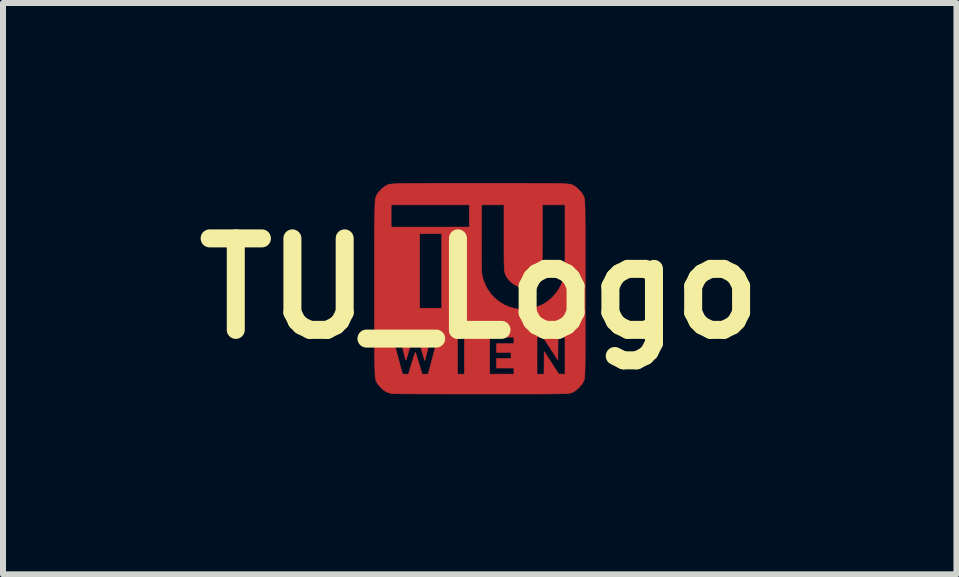
<source format=kicad_pcb>
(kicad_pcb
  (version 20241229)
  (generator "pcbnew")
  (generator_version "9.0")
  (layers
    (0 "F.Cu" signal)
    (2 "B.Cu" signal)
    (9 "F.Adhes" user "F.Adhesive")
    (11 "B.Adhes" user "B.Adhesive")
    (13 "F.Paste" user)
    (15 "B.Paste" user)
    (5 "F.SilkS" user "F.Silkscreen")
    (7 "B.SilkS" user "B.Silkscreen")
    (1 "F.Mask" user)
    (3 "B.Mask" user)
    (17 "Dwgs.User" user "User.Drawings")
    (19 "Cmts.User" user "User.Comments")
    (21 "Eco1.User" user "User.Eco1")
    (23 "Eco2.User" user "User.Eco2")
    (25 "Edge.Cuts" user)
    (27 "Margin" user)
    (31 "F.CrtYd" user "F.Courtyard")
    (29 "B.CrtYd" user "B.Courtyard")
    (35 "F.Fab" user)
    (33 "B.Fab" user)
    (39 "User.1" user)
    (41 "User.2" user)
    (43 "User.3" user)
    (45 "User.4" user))
  (footprint "TU_Logo"
    (layer "F.Cu")
    (at 4.942 1.756)
    (property "Reference" "TU_Logo" (at 0 0 0) (layer "F.SilkS") (effects (font (size 1.524 1.524) (thickness 0.3))))
    (attr through_hole)
    (fp_poly (pts (xy 0.601 -1.751) (xy 0.72 -1.751) (xy 0.828 -1.75) (xy 0.926 -1.75) (xy 1.014 -1.75) (xy 1.093 -1.75) (xy 1.163 -1.749) (xy 1.225 -1.749) (xy 1.28 -1.748) (xy 1.327 -1.747) (xy 1.368 -1.746) (xy 1.403 -1.745) (xy 1.433 -1.743) (xy 1.458 -1.742) (xy 1.479 -1.74) (xy 1.496 -1.738) (xy 1.51 -1.735) (xy 1.522 -1.732) (xy 1.532 -1.729) (xy 1.54 -1.726) (xy 1.547 -1.723) (xy 1.555 -1.719) (xy 1.562 -1.714) (xy 1.57 -1.71) (xy 1.573 -1.708) (xy 1.605 -1.687) (xy 1.638 -1.659) (xy 1.671 -1.625) (xy 1.699 -1.591) (xy 1.718 -1.561) (xy 1.723 -1.553) (xy 1.727 -1.545) (xy 1.73 -1.538) (xy 1.734 -1.531) (xy 1.737 -1.523) (xy 1.74 -1.513) (xy 1.742 -1.502) (xy 1.745 -1.488) (xy 1.747 -1.472) (xy 1.749 -1.451) (xy 1.75 -1.427) (xy 1.752 -1.398) (xy 1.753 -1.364) (xy 1.754 -1.324) (xy 1.755 -1.277) (xy 1.755 -1.224) (xy 1.756 -1.163) (xy 1.756 -1.094) (xy 1.757 -1.017) (xy 1.757 -0.93) (xy 1.757 -0.834) (xy 1.757 -0.727) (xy 1.757 -0.61) (xy 1.757 -0.481) (xy 1.757 -0.34) (xy 1.757 -0.186) (xy 1.757 -0.02) (xy 1.757 0.003) (xy 1.757 0.172) (xy 1.757 0.327) (xy 1.757 0.47) (xy 1.757 0.601) (xy 1.757 0.72) (xy 1.757 0.828) (xy 1.757 0.926) (xy 1.757 1.014) (xy 1.757 1.093) (xy 1.756 1.163) (xy 1.756 1.225) (xy 1.755 1.28) (xy 1.754 1.327) (xy 1.753 1.368) (xy 1.752 1.403) (xy 1.75 1.433) (xy 1.748 1.458) (xy 1.747 1.479) (xy 1.744 1.496) (xy 1.742 1.51) (xy 1.739 1.522) (xy 1.736 1.532) (xy 1.733 1.54) (xy 1.729 1.547) (xy 1.725 1.555) (xy 1.721 1.562) (xy 1.716 1.57) (xy 1.715 1.573) (xy 1.694 1.605) (xy 1.665 1.638) (xy 1.632 1.671) (xy 1.598 1.699) (xy 1.568 1.718) (xy 1.56 1.723) (xy 1.552 1.727) (xy 1.545 1.73) (xy 1.538 1.734) (xy 1.53 1.737) (xy 1.52 1.74) (xy 1.509 1.742) (xy 1.495 1.745) (xy 1.479 1.747) (xy 1.459 1.749) (xy 1.434 1.75) (xy 1.405 1.752) (xy 1.371 1.753) (xy 1.331 1.754) (xy 1.285 1.755) (xy 1.232 1.755) (xy 1.171 1.756) (xy 1.102 1.756) (xy 1.025 1.757) (xy 0.939 1.757) (xy 0.843 1.757) (xy 0.736 1.757) (xy 0.619 1.757) (xy 0.49 1.757) (xy 0.35 1.757) (xy 0.197 1.757) (xy 0.031 1.757) (xy -0.001 1.757) (xy -0.168 1.757) (xy -0.321 1.757) (xy -0.462 1.757) (xy -0.591 1.757) (xy -0.709 1.756) (xy -0.815 1.756) (xy -0.911 1.756) (xy -0.997 1.756) (xy -1.074 1.756) (xy -1.143 1.755) (xy -1.203 1.755) (xy -1.255 1.755) (xy -1.301 1.754) (xy -1.34 1.754) (xy -1.373 1.753) (xy -1.401 1.752) (xy -1.423 1.752) (xy -1.442 1.751) (xy -1.457 1.75) (xy -1.469 1.749) (xy -1.478 1.748) (xy -1.485 1.746) (xy -1.491 1.745) (xy -1.493 1.745) (xy -1.523 1.734) (xy -1.555 1.721) (xy -1.57 1.713) (xy -1.6 1.693) (xy -1.632 1.665) (xy -1.664 1.632) (xy -1.692 1.599) (xy -1.711 1.569) (xy -1.711 1.568) (xy -1.716 1.56) (xy -1.72 1.552) (xy -1.724 1.545) (xy -1.727 1.538) (xy -1.73 1.53) (xy -1.733 1.52) (xy -1.736 1.509) (xy -1.738 1.495) (xy -1.74 1.479) (xy -1.742 1.458) (xy -1.743 1.434) (xy -1.745 1.405) (xy -1.746 1.371) (xy -1.747 1.331) (xy -1.748 1.284) (xy -1.749 1.231) (xy -1.749 1.17) (xy -1.75 1.101) (xy -1.75 1.024) (xy -1.75 0.937) (xy -1.75 0.841) (xy -1.75 0.818) (xy -1.448 0.818) (xy -1.447 0.822) (xy -1.445 0.832) (xy -1.44 0.852) (xy -1.432 0.884) (xy -1.421 0.924) (xy -1.408 0.972) (xy -1.394 1.027) (xy -1.378 1.086) (xy -1.366 1.131) (xy -1.287 1.428) (xy -1.188 1.428) (xy -1.168 1.364) (xy -1.16 1.336) (xy -1.148 1.299) (xy -1.135 1.255) (xy -1.121 1.21) (xy -1.112 1.179) (xy -1.1 1.141) (xy -1.089 1.109) (xy -1.08 1.085) (xy -1.074 1.069) (xy -1.07 1.066) (xy -1.07 1.066) (xy -1.067 1.074) (xy -1.061 1.094) (xy -1.051 1.124) (xy -1.04 1.161) (xy -1.026 1.204) (xy -1.012 1.251) (xy -0.959 1.428) (xy -0.908 1.428) (xy -0.884 1.428) (xy -0.866 1.427) (xy -0.858 1.426) (xy -0.858 1.425) (xy -0.856 1.419) (xy -0.852 1.4) (xy -0.844 1.371) (xy -0.834 1.334) (xy -0.822 1.291) (xy -0.809 1.242) (xy -0.795 1.189) (xy -0.781 1.135) (xy -0.766 1.08) (xy -0.752 1.026) (xy -0.738 0.976) (xy -0.726 0.93) (xy -0.715 0.89) (xy -0.706 0.858) (xy -0.7 0.835) (xy -0.697 0.823) (xy -0.696 0.822) (xy -0.696 0.817) (xy -0.7 0.813) (xy -0.711 0.811) (xy -0.731 0.81) (xy -0.754 0.81) (xy -0.371 0.81) (xy -0.371 1.428) (xy -0.254 1.428) (xy -0.254 0.81) (xy 0.165 0.81) (xy 0.165 1.428) (xy 0.57 1.428) (xy 0.57 1.325) (xy 0.281 1.325) (xy 0.281 1.167) (xy 0.522 1.167) (xy 0.522 1.064) (xy 0.281 1.064) (xy 0.281 0.92) (xy 0.57 0.92) (xy 0.57 0.81) (xy 0.954 0.81) (xy 0.954 1.428) (xy 1.071 1.428) (xy 1.073 1.24) (xy 1.074 1.052) (xy 1.315 1.424) (xy 1.368 1.426) (xy 1.421 1.428) (xy 1.421 0.81) (xy 1.305 0.81) (xy 1.303 1) (xy 1.301 1.189) (xy 1.178 1) (xy 1.056 0.81) (xy 0.954 0.81) (xy 0.57 0.81) (xy 0.165 0.81) (xy -0.254 0.81) (xy -0.371 0.81) (xy -0.754 0.81) (xy -0.816 0.81) (xy -0.823 0.836) (xy -0.827 0.85) (xy -0.833 0.874) (xy -0.842 0.908) (xy -0.852 0.949) (xy -0.863 0.994) (xy -0.871 1.029) (xy -0.883 1.075) (xy -0.893 1.116) (xy -0.902 1.151) (xy -0.909 1.177) (xy -0.913 1.194) (xy -0.915 1.199) (xy -0.917 1.193) (xy -0.923 1.176) (xy -0.931 1.149) (xy -0.941 1.115) (xy -0.953 1.075) (xy -0.96 1.052) (xy -0.973 1.005) (xy -0.986 0.96) (xy -0.998 0.92) (xy -1.008 0.886) (xy -1.015 0.862) (xy -1.016 0.856) (xy -1.03 0.81) (xy -1.117 0.81) (xy -1.17 0.997) (xy -1.184 1.046) (xy -1.197 1.09) (xy -1.209 1.129) (xy -1.218 1.16) (xy -1.225 1.182) (xy -1.228 1.192) (xy -1.228 1.193) (xy -1.231 1.189) (xy -1.236 1.173) (xy -1.244 1.147) (xy -1.254 1.112) (xy -1.264 1.07) (xy -1.276 1.022) (xy -1.28 1.006) (xy -1.328 0.81) (xy -1.388 0.81) (xy -1.418 0.81) (xy -1.435 0.811) (xy -1.445 0.814) (xy -1.448 0.818) (xy -1.75 0.818) (xy -1.75 0.734) (xy -1.751 0.617) (xy -1.751 0.488) (xy -1.751 0.347) (xy -1.751 0.193) (xy -1.751 0.027) (xy -1.751 0.003) (xy -1.751 -0.165) (xy -1.751 -0.32) (xy -1.751 -0.463) (xy -1.751 -0.594) (xy -1.751 -0.713) (xy -1.75 -0.821) (xy -1.75 -0.913) (xy -1.002 -0.913) (xy -1.002 0.33) (xy -0.632 0.33) (xy -0.632 -0.913) (xy -1.002 -0.913) (xy -1.75 -0.913) (xy -1.75 -0.919) (xy -1.75 -1.007) (xy -1.75 -1.086) (xy -1.749 -1.156) (xy -1.749 -1.218) (xy -1.748 -1.273) (xy -1.747 -1.32) (xy -1.746 -1.361) (xy -1.745 -1.394) (xy -1.476 -1.394) (xy -1.476 -1.023) (xy -0.172 -1.023) (xy -0.172 -1.394) (xy 0.027 -1.394) (xy 0.027 -0.848) (xy 0.028 -0.733) (xy 0.028 -0.629) (xy 0.028 -0.537) (xy 0.029 -0.457) (xy 0.03 -0.389) (xy 0.031 -0.334) (xy 0.032 -0.292) (xy 0.034 -0.263) (xy 0.035 -0.25) (xy 0.054 -0.158) (xy 0.087 -0.07) (xy 0.13 0.013) (xy 0.184 0.09) (xy 0.248 0.158) (xy 0.32 0.218) (xy 0.4 0.268) (xy 0.474 0.302) (xy 0.514 0.315) (xy 0.556 0.327) (xy 0.597 0.337) (xy 0.631 0.342) (xy 0.644 0.343) (xy 0.666 0.343) (xy 0.783 0.343) (xy 0.8 0.343) (xy 0.815 0.342) (xy 0.839 0.338) (xy 0.866 0.333) (xy 0.87 0.332) (xy 0.96 0.307) (xy 1.045 0.269) (xy 1.124 0.221) (xy 1.196 0.162) (xy 1.259 0.095) (xy 1.314 0.019) (xy 1.358 -0.063) (xy 1.392 -0.152) (xy 1.407 -0.213) (xy 1.41 -0.226) (xy 1.412 -0.238) (xy 1.414 -0.252) (xy 1.415 -0.268) (xy 1.417 -0.287) (xy 1.418 -0.31) (xy 1.419 -0.338) (xy 1.419 -0.372) (xy 1.42 -0.413) (xy 1.42 -0.463) (xy 1.421 -0.521) (xy 1.421 -0.589) (xy 1.421 -0.668) (xy 1.421 -0.759) (xy 1.421 -0.837) (xy 1.421 -1.394) (xy 1.044 -1.394) (xy 1.042 -0.836) (xy 1.04 -0.278) (xy 1.024 -0.239) (xy 0.998 -0.188) (xy 0.963 -0.14) (xy 0.921 -0.099) (xy 0.876 -0.066) (xy 0.829 -0.044) (xy 0.823 -0.043) (xy 0.783 -0.031) (xy 0.783 0.156) (xy 0.783 0.343) (xy 0.666 0.343) (xy 0.666 0.154) (xy 0.666 0.099) (xy 0.666 0.055) (xy 0.665 0.022) (xy 0.664 -0.001) (xy 0.663 -0.017) (xy 0.661 -0.027) (xy 0.659 -0.032) (xy 0.656 -0.034) (xy 0.653 -0.034) (xy 0.641 -0.037) (xy 0.621 -0.045) (xy 0.596 -0.056) (xy 0.591 -0.059) (xy 0.537 -0.093) (xy 0.491 -0.136) (xy 0.455 -0.185) (xy 0.449 -0.196) (xy 0.441 -0.21) (xy 0.434 -0.223) (xy 0.428 -0.236) (xy 0.423 -0.249) (xy 0.419 -0.264) (xy 0.415 -0.281) (xy 0.413 -0.301) (xy 0.41 -0.326) (xy 0.409 -0.356) (xy 0.407 -0.393) (xy 0.406 -0.437) (xy 0.406 -0.489) (xy 0.405 -0.551) (xy 0.405 -0.623) (xy 0.405 -0.706) (xy 0.405 -0.801) (xy 0.405 -0.852) (xy 0.405 -1.394) (xy 0.027 -1.394) (xy -0.172 -1.394) (xy -1.476 -1.394) (xy -1.745 -1.394) (xy -1.745 -1.396) (xy -1.743 -1.426) (xy -1.742 -1.451) (xy -1.74 -1.472) (xy -1.738 -1.489) (xy -1.735 -1.503) (xy -1.733 -1.515) (xy -1.73 -1.525) (xy -1.726 -1.533) (xy -1.723 -1.54) (xy -1.719 -1.548) (xy -1.714 -1.555) (xy -1.71 -1.563) (xy -1.708 -1.566) (xy -1.685 -1.602) (xy -1.653 -1.639) (xy -1.616 -1.673) (xy -1.579 -1.701) (xy -1.566 -1.708) (xy -1.557 -1.713) (xy -1.55 -1.718) (xy -1.542 -1.722) (xy -1.535 -1.725) (xy -1.527 -1.729) (xy -1.518 -1.732) (xy -1.507 -1.734) (xy -1.494 -1.737) (xy -1.477 -1.739) (xy -1.458 -1.741) (xy -1.434 -1.743) (xy -1.406 -1.744) (xy -1.372 -1.746) (xy -1.333 -1.747) (xy -1.287 -1.748) (xy -1.235 -1.748) (xy -1.175 -1.749) (xy -1.107 -1.75) (xy -1.031 -1.75) (xy -0.946 -1.75) (xy -0.851 -1.75) (xy -0.746 -1.751) (xy -0.63 -1.751) (xy -0.503 -1.751) (xy -0.364 -1.751) (xy -0.212 -1.751) (xy -0.047 -1.751) (xy 0.003 -1.751) (xy 0.172 -1.751) (xy 0.327 -1.751) (xy 0.47 -1.751) (xy 0.601 -1.751)) (stroke (width 0.01) (type solid)) (fill yes) (layer "F.Cu")))
  (gr_rect
    (start -3 -3)
    (end 12.884 6.518)
    (stroke (width 0.1) (type default))
    (fill no)
    (layer "Edge.Cuts")))
</source>
